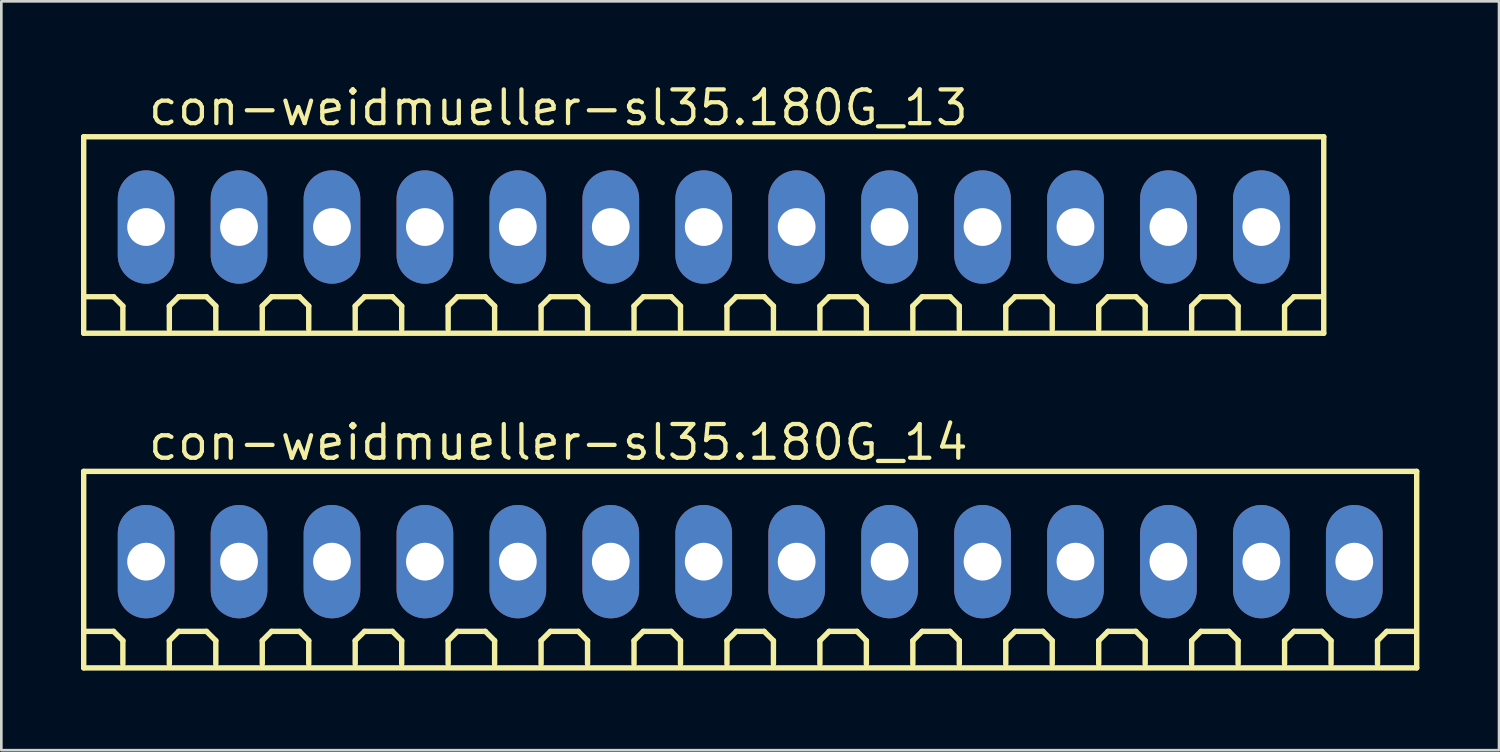
<source format=kicad_pcb>
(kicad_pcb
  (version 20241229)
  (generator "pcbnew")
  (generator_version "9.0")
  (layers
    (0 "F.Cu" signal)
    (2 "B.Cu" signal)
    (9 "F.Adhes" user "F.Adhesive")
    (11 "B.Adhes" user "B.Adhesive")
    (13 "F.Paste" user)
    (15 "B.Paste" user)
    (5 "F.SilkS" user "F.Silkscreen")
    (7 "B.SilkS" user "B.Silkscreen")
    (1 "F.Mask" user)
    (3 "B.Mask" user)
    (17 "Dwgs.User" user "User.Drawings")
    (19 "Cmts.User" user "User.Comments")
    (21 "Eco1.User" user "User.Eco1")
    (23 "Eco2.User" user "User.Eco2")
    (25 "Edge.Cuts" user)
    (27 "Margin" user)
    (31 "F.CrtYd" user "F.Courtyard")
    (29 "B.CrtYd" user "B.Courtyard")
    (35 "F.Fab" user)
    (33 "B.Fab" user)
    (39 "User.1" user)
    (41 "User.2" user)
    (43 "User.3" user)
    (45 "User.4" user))
  (footprint "con-weidmueller-sl35.180G_13"
    (layer "F.Cu")
    (at 23.452 5.5)
    (property "Reference" "con-weidmueller-sl35.180G_13" (at -21 -3.75 0) (layer "F.SilkS") (effects (font (size 1.27 1.27) (thickness 0.16)) (justify left bottom)))
    (attr through_hole)
    (fp_line (start -23.35 -3.4) (end 23.35 -3.4) (stroke (width 0.203) (type default)) (layer "F.SilkS"))
    (fp_line (start -23.35 4) (end -23.35 -3.4) (stroke (width 0.203) (type default)) (layer "F.SilkS"))
    (fp_line (start -22.225 2.625) (end -23.275 2.625) (stroke (width 0.203) (type default)) (layer "F.SilkS"))
    (fp_line (start -21.875 2.975) (end -22.225 2.625) (stroke (width 0.203) (type default)) (layer "F.SilkS"))
    (fp_line (start -21.875 3.85) (end -21.875 2.975) (stroke (width 0.203) (type default)) (layer "F.SilkS"))
    (fp_line (start -20.125 2.975) (end -19.775 2.625) (stroke (width 0.203) (type default)) (layer "F.SilkS"))
    (fp_line (start -20.125 3.85) (end -20.125 2.975) (stroke (width 0.203) (type default)) (layer "F.SilkS"))
    (fp_line (start -19.775 2.625) (end -18.725 2.625) (stroke (width 0.203) (type default)) (layer "F.SilkS"))
    (fp_line (start -18.725 2.625) (end -18.375 2.975) (stroke (width 0.203) (type default)) (layer "F.SilkS"))
    (fp_line (start -18.375 2.975) (end -18.375 3.85) (stroke (width 0.203) (type default)) (layer "F.SilkS"))
    (fp_line (start -16.625 2.975) (end -16.275 2.625) (stroke (width 0.203) (type default)) (layer "F.SilkS"))
    (fp_line (start -16.625 3.85) (end -16.625 2.975) (stroke (width 0.203) (type default)) (layer "F.SilkS"))
    (fp_line (start -16.275 2.625) (end -15.225 2.625) (stroke (width 0.203) (type default)) (layer "F.SilkS"))
    (fp_line (start -15.225 2.625) (end -14.875 2.975) (stroke (width 0.203) (type default)) (layer "F.SilkS"))
    (fp_line (start -14.875 2.975) (end -14.875 3.85) (stroke (width 0.203) (type default)) (layer "F.SilkS"))
    (fp_line (start -13.125 2.975) (end -12.775 2.625) (stroke (width 0.203) (type default)) (layer "F.SilkS"))
    (fp_line (start -13.125 3.85) (end -13.125 2.975) (stroke (width 0.203) (type default)) (layer "F.SilkS"))
    (fp_line (start -12.775 2.625) (end -11.725 2.625) (stroke (width 0.203) (type default)) (layer "F.SilkS"))
    (fp_line (start -11.725 2.625) (end -11.375 2.975) (stroke (width 0.203) (type default)) (layer "F.SilkS"))
    (fp_line (start -11.375 2.975) (end -11.375 3.85) (stroke (width 0.203) (type default)) (layer "F.SilkS"))
    (fp_line (start -9.625 2.975) (end -9.275 2.625) (stroke (width 0.203) (type default)) (layer "F.SilkS"))
    (fp_line (start -9.625 3.85) (end -9.625 2.975) (stroke (width 0.203) (type default)) (layer "F.SilkS"))
    (fp_line (start -9.275 2.625) (end -8.225 2.625) (stroke (width 0.203) (type default)) (layer "F.SilkS"))
    (fp_line (start -8.225 2.625) (end -7.875 2.975) (stroke (width 0.203) (type default)) (layer "F.SilkS"))
    (fp_line (start -7.875 2.975) (end -7.875 3.85) (stroke (width 0.203) (type default)) (layer "F.SilkS"))
    (fp_line (start -6.125 2.975) (end -5.775 2.625) (stroke (width 0.203) (type default)) (layer "F.SilkS"))
    (fp_line (start -6.125 3.85) (end -6.125 2.975) (stroke (width 0.203) (type default)) (layer "F.SilkS"))
    (fp_line (start -5.775 2.625) (end -4.725 2.625) (stroke (width 0.203) (type default)) (layer "F.SilkS"))
    (fp_line (start -4.725 2.625) (end -4.375 2.975) (stroke (width 0.203) (type default)) (layer "F.SilkS"))
    (fp_line (start -4.375 2.975) (end -4.375 3.85) (stroke (width 0.203) (type default)) (layer "F.SilkS"))
    (fp_line (start -2.625 2.975) (end -2.275 2.625) (stroke (width 0.203) (type default)) (layer "F.SilkS"))
    (fp_line (start -2.625 3.85) (end -2.625 2.975) (stroke (width 0.203) (type default)) (layer "F.SilkS"))
    (fp_line (start -2.275 2.625) (end -1.225 2.625) (stroke (width 0.203) (type default)) (layer "F.SilkS"))
    (fp_line (start -1.225 2.625) (end -0.875 2.975) (stroke (width 0.203) (type default)) (layer "F.SilkS"))
    (fp_line (start -0.875 2.975) (end -0.875 3.85) (stroke (width 0.203) (type default)) (layer "F.SilkS"))
    (fp_line (start 0.875 2.975) (end 1.225 2.625) (stroke (width 0.203) (type default)) (layer "F.SilkS"))
    (fp_line (start 0.875 3.85) (end 0.875 2.975) (stroke (width 0.203) (type default)) (layer "F.SilkS"))
    (fp_line (start 1.225 2.625) (end 2.275 2.625) (stroke (width 0.203) (type default)) (layer "F.SilkS"))
    (fp_line (start 2.275 2.625) (end 2.625 2.975) (stroke (width 0.203) (type default)) (layer "F.SilkS"))
    (fp_line (start 2.625 2.975) (end 2.625 3.85) (stroke (width 0.203) (type default)) (layer "F.SilkS"))
    (fp_line (start 4.375 2.975) (end 4.725 2.625) (stroke (width 0.203) (type default)) (layer "F.SilkS"))
    (fp_line (start 4.375 3.85) (end 4.375 2.975) (stroke (width 0.203) (type default)) (layer "F.SilkS"))
    (fp_line (start 4.725 2.625) (end 5.775 2.625) (stroke (width 0.203) (type default)) (layer "F.SilkS"))
    (fp_line (start 5.775 2.625) (end 6.125 2.975) (stroke (width 0.203) (type default)) (layer "F.SilkS"))
    (fp_line (start 6.125 2.975) (end 6.125 3.85) (stroke (width 0.203) (type default)) (layer "F.SilkS"))
    (fp_line (start 7.875 2.975) (end 8.225 2.625) (stroke (width 0.203) (type default)) (layer "F.SilkS"))
    (fp_line (start 7.875 3.85) (end 7.875 2.975) (stroke (width 0.203) (type default)) (layer "F.SilkS"))
    (fp_line (start 8.225 2.625) (end 9.275 2.625) (stroke (width 0.203) (type default)) (layer "F.SilkS"))
    (fp_line (start 9.275 2.625) (end 9.625 2.975) (stroke (width 0.203) (type default)) (layer "F.SilkS"))
    (fp_line (start 9.625 2.975) (end 9.625 3.85) (stroke (width 0.203) (type default)) (layer "F.SilkS"))
    (fp_line (start 11.375 2.975) (end 11.725 2.625) (stroke (width 0.203) (type default)) (layer "F.SilkS"))
    (fp_line (start 11.375 3.85) (end 11.375 2.975) (stroke (width 0.203) (type default)) (layer "F.SilkS"))
    (fp_line (start 11.725 2.625) (end 12.775 2.625) (stroke (width 0.203) (type default)) (layer "F.SilkS"))
    (fp_line (start 12.775 2.625) (end 13.125 2.975) (stroke (width 0.203) (type default)) (layer "F.SilkS"))
    (fp_line (start 13.125 2.975) (end 13.125 3.85) (stroke (width 0.203) (type default)) (layer "F.SilkS"))
    (fp_line (start 14.875 2.975) (end 15.225 2.625) (stroke (width 0.203) (type default)) (layer "F.SilkS"))
    (fp_line (start 14.875 3.85) (end 14.875 2.975) (stroke (width 0.203) (type default)) (layer "F.SilkS"))
    (fp_line (start 15.225 2.625) (end 16.275 2.625) (stroke (width 0.203) (type default)) (layer "F.SilkS"))
    (fp_line (start 16.275 2.625) (end 16.625 2.975) (stroke (width 0.203) (type default)) (layer "F.SilkS"))
    (fp_line (start 16.625 2.975) (end 16.625 3.85) (stroke (width 0.203) (type default)) (layer "F.SilkS"))
    (fp_line (start 18.375 2.975) (end 18.725 2.625) (stroke (width 0.203) (type default)) (layer "F.SilkS"))
    (fp_line (start 18.375 3.85) (end 18.375 2.975) (stroke (width 0.203) (type default)) (layer "F.SilkS"))
    (fp_line (start 18.725 2.625) (end 19.775 2.625) (stroke (width 0.203) (type default)) (layer "F.SilkS"))
    (fp_line (start 19.775 2.625) (end 20.125 2.975) (stroke (width 0.203) (type default)) (layer "F.SilkS"))
    (fp_line (start 20.125 2.975) (end 20.125 3.85) (stroke (width 0.203) (type default)) (layer "F.SilkS"))
    (fp_line (start 21.875 2.975) (end 22.225 2.625) (stroke (width 0.203) (type default)) (layer "F.SilkS"))
    (fp_line (start 21.875 3.85) (end 21.875 2.975) (stroke (width 0.203) (type default)) (layer "F.SilkS"))
    (fp_line (start 23.275 2.625) (end 22.225 2.625) (stroke (width 0.203) (type default)) (layer "F.SilkS"))
    (fp_line (start 23.35 -3.4) (end 23.35 4) (stroke (width 0.203) (type default)) (layer "F.SilkS"))
    (fp_line (start 23.35 4) (end -23.35 4) (stroke (width 0.203) (type default)) (layer "F.SilkS"))
    (pad "1" thru_hole oval (at -21 0 90) (size 4.267 2.134) (drill 1.422) (layers "*.Cu" "*.Mask"))
    (pad "2" thru_hole oval (at -17.5 0 90) (size 4.267 2.134) (drill 1.422) (layers "*.Cu" "*.Mask"))
    (pad "3" thru_hole oval (at -14 0 90) (size 4.267 2.134) (drill 1.422) (layers "*.Cu" "*.Mask"))
    (pad "4" thru_hole oval (at -10.5 0 90) (size 4.267 2.134) (drill 1.422) (layers "*.Cu" "*.Mask"))
    (pad "5" thru_hole oval (at -7 0 90) (size 4.267 2.134) (drill 1.422) (layers "*.Cu" "*.Mask"))
    (pad "6" thru_hole oval (at -3.5 0 90) (size 4.267 2.134) (drill 1.422) (layers "*.Cu" "*.Mask"))
    (pad "7" thru_hole oval (at 0 0 90) (size 4.267 2.134) (drill 1.422) (layers "*.Cu" "*.Mask"))
    (pad "8" thru_hole oval (at 3.5 0 90) (size 4.267 2.134) (drill 1.422) (layers "*.Cu" "*.Mask"))
    (pad "9" thru_hole oval (at 7 0 90) (size 4.267 2.134) (drill 1.422) (layers "*.Cu" "*.Mask"))
    (pad "10" thru_hole oval (at 10.5 0 90) (size 4.267 2.134) (drill 1.422) (layers "*.Cu" "*.Mask"))
    (pad "11" thru_hole oval (at 14 0 90) (size 4.267 2.134) (drill 1.422) (layers "*.Cu" "*.Mask"))
    (pad "12" thru_hole oval (at 17.5 0 90) (size 4.267 2.134) (drill 1.422) (layers "*.Cu" "*.Mask"))
    (pad "13" thru_hole oval (at 21 0 90) (size 4.267 2.134) (drill 1.422) (layers "*.Cu" "*.Mask")))
  (footprint "con-weidmueller-sl35.180G_14"
    (layer "F.Cu")
    (at 25.202 18.102)
    (property "Reference" "con-weidmueller-sl35.180G_14" (at -22.75 -3.75 0) (layer "F.SilkS") (effects (font (size 1.27 1.27) (thickness 0.16)) (justify left bottom)))
    (attr through_hole)
    (fp_line (start -25.1 -3.4) (end 25.1 -3.4) (stroke (width 0.203) (type default)) (layer "F.SilkS"))
    (fp_line (start -25.1 4) (end -25.1 -3.4) (stroke (width 0.203) (type default)) (layer "F.SilkS"))
    (fp_line (start -23.975 2.625) (end -25.025 2.625) (stroke (width 0.203) (type default)) (layer "F.SilkS"))
    (fp_line (start -23.625 2.975) (end -23.975 2.625) (stroke (width 0.203) (type default)) (layer "F.SilkS"))
    (fp_line (start -23.625 3.85) (end -23.625 2.975) (stroke (width 0.203) (type default)) (layer "F.SilkS"))
    (fp_line (start -21.875 2.975) (end -21.525 2.625) (stroke (width 0.203) (type default)) (layer "F.SilkS"))
    (fp_line (start -21.875 3.85) (end -21.875 2.975) (stroke (width 0.203) (type default)) (layer "F.SilkS"))
    (fp_line (start -21.525 2.625) (end -20.475 2.625) (stroke (width 0.203) (type default)) (layer "F.SilkS"))
    (fp_line (start -20.475 2.625) (end -20.125 2.975) (stroke (width 0.203) (type default)) (layer "F.SilkS"))
    (fp_line (start -20.125 2.975) (end -20.125 3.85) (stroke (width 0.203) (type default)) (layer "F.SilkS"))
    (fp_line (start -18.375 2.975) (end -18.025 2.625) (stroke (width 0.203) (type default)) (layer "F.SilkS"))
    (fp_line (start -18.375 3.85) (end -18.375 2.975) (stroke (width 0.203) (type default)) (layer "F.SilkS"))
    (fp_line (start -18.025 2.625) (end -16.975 2.625) (stroke (width 0.203) (type default)) (layer "F.SilkS"))
    (fp_line (start -16.975 2.625) (end -16.625 2.975) (stroke (width 0.203) (type default)) (layer "F.SilkS"))
    (fp_line (start -16.625 2.975) (end -16.625 3.85) (stroke (width 0.203) (type default)) (layer "F.SilkS"))
    (fp_line (start -14.875 2.975) (end -14.525 2.625) (stroke (width 0.203) (type default)) (layer "F.SilkS"))
    (fp_line (start -14.875 3.85) (end -14.875 2.975) (stroke (width 0.203) (type default)) (layer "F.SilkS"))
    (fp_line (start -14.525 2.625) (end -13.475 2.625) (stroke (width 0.203) (type default)) (layer "F.SilkS"))
    (fp_line (start -13.475 2.625) (end -13.125 2.975) (stroke (width 0.203) (type default)) (layer "F.SilkS"))
    (fp_line (start -13.125 2.975) (end -13.125 3.85) (stroke (width 0.203) (type default)) (layer "F.SilkS"))
    (fp_line (start -11.375 2.975) (end -11.025 2.625) (stroke (width 0.203) (type default)) (layer "F.SilkS"))
    (fp_line (start -11.375 3.85) (end -11.375 2.975) (stroke (width 0.203) (type default)) (layer "F.SilkS"))
    (fp_line (start -11.025 2.625) (end -9.975 2.625) (stroke (width 0.203) (type default)) (layer "F.SilkS"))
    (fp_line (start -9.975 2.625) (end -9.625 2.975) (stroke (width 0.203) (type default)) (layer "F.SilkS"))
    (fp_line (start -9.625 2.975) (end -9.625 3.85) (stroke (width 0.203) (type default)) (layer "F.SilkS"))
    (fp_line (start -7.875 2.975) (end -7.525 2.625) (stroke (width 0.203) (type default)) (layer "F.SilkS"))
    (fp_line (start -7.875 3.85) (end -7.875 2.975) (stroke (width 0.203) (type default)) (layer "F.SilkS"))
    (fp_line (start -7.525 2.625) (end -6.475 2.625) (stroke (width 0.203) (type default)) (layer "F.SilkS"))
    (fp_line (start -6.475 2.625) (end -6.125 2.975) (stroke (width 0.203) (type default)) (layer "F.SilkS"))
    (fp_line (start -6.125 2.975) (end -6.125 3.85) (stroke (width 0.203) (type default)) (layer "F.SilkS"))
    (fp_line (start -4.375 2.975) (end -4.025 2.625) (stroke (width 0.203) (type default)) (layer "F.SilkS"))
    (fp_line (start -4.375 3.85) (end -4.375 2.975) (stroke (width 0.203) (type default)) (layer "F.SilkS"))
    (fp_line (start -4.025 2.625) (end -2.975 2.625) (stroke (width 0.203) (type default)) (layer "F.SilkS"))
    (fp_line (start -2.975 2.625) (end -2.625 2.975) (stroke (width 0.203) (type default)) (layer "F.SilkS"))
    (fp_line (start -2.625 2.975) (end -2.625 3.85) (stroke (width 0.203) (type default)) (layer "F.SilkS"))
    (fp_line (start -0.875 2.975) (end -0.525 2.625) (stroke (width 0.203) (type default)) (layer "F.SilkS"))
    (fp_line (start -0.875 3.85) (end -0.875 2.975) (stroke (width 0.203) (type default)) (layer "F.SilkS"))
    (fp_line (start -0.525 2.625) (end 0.525 2.625) (stroke (width 0.203) (type default)) (layer "F.SilkS"))
    (fp_line (start 0.525 2.625) (end 0.875 2.975) (stroke (width 0.203) (type default)) (layer "F.SilkS"))
    (fp_line (start 0.875 2.975) (end 0.875 3.85) (stroke (width 0.203) (type default)) (layer "F.SilkS"))
    (fp_line (start 2.625 2.975) (end 2.975 2.625) (stroke (width 0.203) (type default)) (layer "F.SilkS"))
    (fp_line (start 2.625 3.85) (end 2.625 2.975) (stroke (width 0.203) (type default)) (layer "F.SilkS"))
    (fp_line (start 2.975 2.625) (end 4.025 2.625) (stroke (width 0.203) (type default)) (layer "F.SilkS"))
    (fp_line (start 4.025 2.625) (end 4.375 2.975) (stroke (width 0.203) (type default)) (layer "F.SilkS"))
    (fp_line (start 4.375 2.975) (end 4.375 3.85) (stroke (width 0.203) (type default)) (layer "F.SilkS"))
    (fp_line (start 6.125 2.975) (end 6.475 2.625) (stroke (width 0.203) (type default)) (layer "F.SilkS"))
    (fp_line (start 6.125 3.85) (end 6.125 2.975) (stroke (width 0.203) (type default)) (layer "F.SilkS"))
    (fp_line (start 6.475 2.625) (end 7.525 2.625) (stroke (width 0.203) (type default)) (layer "F.SilkS"))
    (fp_line (start 7.525 2.625) (end 7.875 2.975) (stroke (width 0.203) (type default)) (layer "F.SilkS"))
    (fp_line (start 7.875 2.975) (end 7.875 3.85) (stroke (width 0.203) (type default)) (layer "F.SilkS"))
    (fp_line (start 9.625 2.975) (end 9.975 2.625) (stroke (width 0.203) (type default)) (layer "F.SilkS"))
    (fp_line (start 9.625 3.85) (end 9.625 2.975) (stroke (width 0.203) (type default)) (layer "F.SilkS"))
    (fp_line (start 9.975 2.625) (end 11.025 2.625) (stroke (width 0.203) (type default)) (layer "F.SilkS"))
    (fp_line (start 11.025 2.625) (end 11.375 2.975) (stroke (width 0.203) (type default)) (layer "F.SilkS"))
    (fp_line (start 11.375 2.975) (end 11.375 3.85) (stroke (width 0.203) (type default)) (layer "F.SilkS"))
    (fp_line (start 13.125 2.975) (end 13.475 2.625) (stroke (width 0.203) (type default)) (layer "F.SilkS"))
    (fp_line (start 13.125 3.85) (end 13.125 2.975) (stroke (width 0.203) (type default)) (layer "F.SilkS"))
    (fp_line (start 13.475 2.625) (end 14.525 2.625) (stroke (width 0.203) (type default)) (layer "F.SilkS"))
    (fp_line (start 14.525 2.625) (end 14.875 2.975) (stroke (width 0.203) (type default)) (layer "F.SilkS"))
    (fp_line (start 14.875 2.975) (end 14.875 3.85) (stroke (width 0.203) (type default)) (layer "F.SilkS"))
    (fp_line (start 16.625 2.975) (end 16.975 2.625) (stroke (width 0.203) (type default)) (layer "F.SilkS"))
    (fp_line (start 16.625 3.85) (end 16.625 2.975) (stroke (width 0.203) (type default)) (layer "F.SilkS"))
    (fp_line (start 16.975 2.625) (end 18.025 2.625) (stroke (width 0.203) (type default)) (layer "F.SilkS"))
    (fp_line (start 18.025 2.625) (end 18.375 2.975) (stroke (width 0.203) (type default)) (layer "F.SilkS"))
    (fp_line (start 18.375 2.975) (end 18.375 3.85) (stroke (width 0.203) (type default)) (layer "F.SilkS"))
    (fp_line (start 20.125 2.975) (end 20.475 2.625) (stroke (width 0.203) (type default)) (layer "F.SilkS"))
    (fp_line (start 20.125 3.85) (end 20.125 2.975) (stroke (width 0.203) (type default)) (layer "F.SilkS"))
    (fp_line (start 20.475 2.625) (end 21.525 2.625) (stroke (width 0.203) (type default)) (layer "F.SilkS"))
    (fp_line (start 21.525 2.625) (end 21.875 2.975) (stroke (width 0.203) (type default)) (layer "F.SilkS"))
    (fp_line (start 21.875 2.975) (end 21.875 3.85) (stroke (width 0.203) (type default)) (layer "F.SilkS"))
    (fp_line (start 23.625 2.975) (end 23.975 2.625) (stroke (width 0.203) (type default)) (layer "F.SilkS"))
    (fp_line (start 23.625 3.85) (end 23.625 2.975) (stroke (width 0.203) (type default)) (layer "F.SilkS"))
    (fp_line (start 25.025 2.625) (end 23.975 2.625) (stroke (width 0.203) (type default)) (layer "F.SilkS"))
    (fp_line (start 25.1 -3.4) (end 25.1 4) (stroke (width 0.203) (type default)) (layer "F.SilkS"))
    (fp_line (start 25.1 4) (end -25.1 4) (stroke (width 0.203) (type default)) (layer "F.SilkS"))
    (pad "1" thru_hole oval (at -22.75 0 90) (size 4.267 2.134) (drill 1.422) (layers "*.Cu" "*.Mask"))
    (pad "2" thru_hole oval (at -19.25 0 90) (size 4.267 2.134) (drill 1.422) (layers "*.Cu" "*.Mask"))
    (pad "3" thru_hole oval (at -15.75 0 90) (size 4.267 2.134) (drill 1.422) (layers "*.Cu" "*.Mask"))
    (pad "4" thru_hole oval (at -12.25 0 90) (size 4.267 2.134) (drill 1.422) (layers "*.Cu" "*.Mask"))
    (pad "5" thru_hole oval (at -8.75 0 90) (size 4.267 2.134) (drill 1.422) (layers "*.Cu" "*.Mask"))
    (pad "6" thru_hole oval (at -5.25 0 90) (size 4.267 2.134) (drill 1.422) (layers "*.Cu" "*.Mask"))
    (pad "7" thru_hole oval (at -1.75 0 90) (size 4.267 2.134) (drill 1.422) (layers "*.Cu" "*.Mask"))
    (pad "8" thru_hole oval (at 1.75 0 90) (size 4.267 2.134) (drill 1.422) (layers "*.Cu" "*.Mask"))
    (pad "9" thru_hole oval (at 5.25 0 90) (size 4.267 2.134) (drill 1.422) (layers "*.Cu" "*.Mask"))
    (pad "10" thru_hole oval (at 8.75 0 90) (size 4.267 2.134) (drill 1.422) (layers "*.Cu" "*.Mask"))
    (pad "11" thru_hole oval (at 12.25 0 90) (size 4.267 2.134) (drill 1.422) (layers "*.Cu" "*.Mask"))
    (pad "12" thru_hole oval (at 15.75 0 90) (size 4.267 2.134) (drill 1.422) (layers "*.Cu" "*.Mask"))
    (pad "13" thru_hole oval (at 19.25 0 90) (size 4.267 2.134) (drill 1.422) (layers "*.Cu" "*.Mask"))
    (pad "14" thru_hole oval (at 22.75 0 90) (size 4.267 2.134) (drill 1.422) (layers "*.Cu" "*.Mask")))
  (gr_rect
    (start -3 -3)
    (end 53.403 25.203)
    (stroke (width 0.1) (type default))
    (fill no)
    (layer "Edge.Cuts")))
</source>
